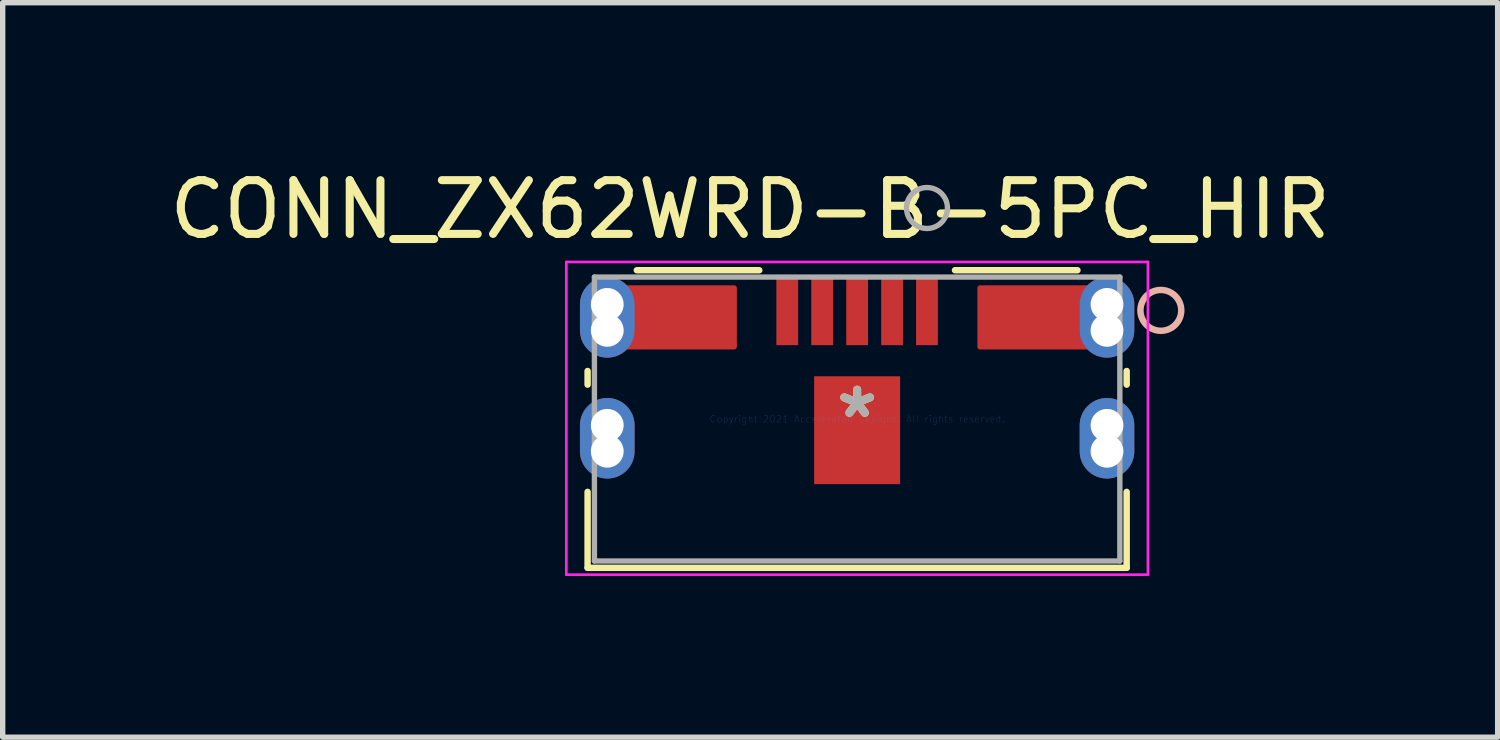
<source format=kicad_pcb>
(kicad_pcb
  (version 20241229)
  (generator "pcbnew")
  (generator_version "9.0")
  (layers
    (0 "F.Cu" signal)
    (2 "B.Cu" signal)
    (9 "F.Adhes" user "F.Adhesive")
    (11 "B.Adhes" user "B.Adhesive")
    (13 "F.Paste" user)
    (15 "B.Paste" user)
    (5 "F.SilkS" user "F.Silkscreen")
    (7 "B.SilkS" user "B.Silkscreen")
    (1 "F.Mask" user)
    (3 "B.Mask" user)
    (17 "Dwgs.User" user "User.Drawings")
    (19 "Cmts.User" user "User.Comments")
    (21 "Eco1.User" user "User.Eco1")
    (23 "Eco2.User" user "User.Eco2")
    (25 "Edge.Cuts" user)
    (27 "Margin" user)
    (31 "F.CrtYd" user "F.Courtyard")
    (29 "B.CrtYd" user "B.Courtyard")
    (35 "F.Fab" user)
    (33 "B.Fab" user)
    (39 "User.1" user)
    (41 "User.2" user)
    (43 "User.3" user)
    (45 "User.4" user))
  (footprint "CONN_ZX62WRD-B-5PC_HIR"
    (layer "F.Cu")
    (at 12.901 4.748)
    (property "Reference" "CONN_ZX62WRD-B-5PC_HIR" (at -1.99 -3.9 0) (layer "F.SilkS") (effects (font (size 1 1) (thickness 0.15))))
    (attr through_hole)
    (fp_poly (pts (xy -4.345 -2.438) (xy -2.288 -2.438) (xy -2.288 -1.345) (xy -4.345 -1.345)) (stroke (width 0.1) (type solid)) (fill yes) (layer "F.Cu"))
    (fp_poly (pts (xy 4.345 -2.438) (xy 2.288 -2.438) (xy 2.288 -1.345) (xy 4.345 -1.345)) (stroke (width 0.1) (type solid)) (fill yes) (layer "F.Cu"))
    (fp_poly (pts (xy -4.345 -2.438) (xy -2.288 -2.438) (xy -2.288 -1.345) (xy -4.345 -1.345)) (stroke (width 0.1) (type solid)) (fill yes) (layer "F.Mask"))
    (fp_poly (pts (xy 4.345 -2.438) (xy 2.288 -2.438) (xy 2.288 -1.345) (xy 4.345 -1.345)) (stroke (width 0.1) (type solid)) (fill yes) (layer "F.Mask"))
    (fp_line (start -5.016 -0.894) (end -5.016 -0.64) (stroke (width 0.12) (type solid)) (layer "F.SilkS"))
    (fp_line (start -5.016 1.356) (end -5.016 2.769) (stroke (width 0.12) (type solid)) (layer "F.SilkS"))
    (fp_line (start -5.016 2.769) (end 5.016 2.769) (stroke (width 0.12) (type solid)) (layer "F.SilkS"))
    (fp_line (start -1.821 -2.769) (end -4.1 -2.769) (stroke (width 0.12) (type solid)) (layer "F.SilkS"))
    (fp_line (start 4.1 -2.769) (end 1.821 -2.769) (stroke (width 0.12) (type solid)) (layer "F.SilkS"))
    (fp_line (start 5.016 -0.64) (end 5.016 -0.894) (stroke (width 0.12) (type solid)) (layer "F.SilkS"))
    (fp_line (start 5.016 2.769) (end 5.016 1.356) (stroke (width 0.12) (type solid)) (layer "F.SilkS"))
    (fp_circle (center 5.652 -2.022) (end 6.032 -2.022) (stroke (width 0.12) (type solid)) (fill no) (layer "B.SilkS"))
    (fp_poly (pts (xy -4.345 -2.438) (xy -2.288 -2.438) (xy -2.288 -1.345) (xy -4.345 -1.345)) (stroke (width 0.1) (type solid)) (fill yes) (layer "F.Paste"))
    (fp_poly (pts (xy 4.345 -2.438) (xy 2.288 -2.438) (xy 2.288 -1.345) (xy 4.345 -1.345)) (stroke (width 0.1) (type solid)) (fill yes) (layer "F.Paste"))
    (fp_line (start -5.412 -2.923) (end -5.412 2.896) (stroke (width 0.05) (type solid)) (layer "F.CrtYd"))
    (fp_line (start -5.412 2.896) (end 5.412 2.896) (stroke (width 0.05) (type solid)) (layer "F.CrtYd"))
    (fp_line (start 5.412 -2.923) (end -5.412 -2.923) (stroke (width 0.05) (type solid)) (layer "F.CrtYd"))
    (fp_line (start 5.412 2.896) (end 5.412 -2.923) (stroke (width 0.05) (type solid)) (layer "F.CrtYd"))
    (fp_line (start -4.889 -2.642) (end -4.889 2.642) (stroke (width 0.1) (type solid)) (layer "F.Fab"))
    (fp_line (start -4.889 2.642) (end 4.889 2.642) (stroke (width 0.1) (type solid)) (layer "F.Fab"))
    (fp_line (start 4.889 -2.642) (end -4.889 -2.642) (stroke (width 0.1) (type solid)) (layer "F.Fab"))
    (fp_line (start 4.889 2.642) (end 4.889 -2.642) (stroke (width 0.1) (type solid)) (layer "F.Fab"))
    (fp_circle (center 1.3 -3.927) (end 1.681 -3.927) (stroke (width 0.1) (type solid)) (fill no) (layer "F.Fab"))
    (fp_text user "*" (at 0 0 0) (layer "F.SilkS") (effects (font (size 1 1) (thickness 0.15))))
    (fp_text user "Copyright 2021 Accelerated Designs. All rights reserved." (at 0 0 0) (layer "Cmts.User") (effects (font (size 0.127 0.127) (thickness 0.002))))
    (fp_text user "*" (at 0 0 0) (layer "F.Fab") (effects (font (size 1 1) (thickness 0.15))))
    (pad "" np_thru_hole circle (at -4.65 -2.133) (size 0.61 0.61) (drill 0.61) (layers "*.Cu" "*.Mask"))
    (pad "" np_thru_hole circle (at -4.65 -1.65) (size 0.61 0.61) (drill 0.61) (layers "*.Cu" "*.Mask"))
    (pad "" np_thru_hole circle (at -4.65 0.117) (size 0.61 0.61) (drill 0.61) (layers "*.Cu" "*.Mask"))
    (pad "" np_thru_hole circle (at -4.65 0.6) (size 0.61 0.61) (drill 0.61) (layers "*.Cu" "*.Mask"))
    (pad "" np_thru_hole circle (at 4.65 -2.133) (size 0.61 0.61) (drill 0.61) (layers "*.Cu" "*.Mask"))
    (pad "" np_thru_hole circle (at 4.65 -1.65) (size 0.61 0.61) (drill 0.61) (layers "*.Cu" "*.Mask"))
    (pad "" np_thru_hole circle (at 4.65 0.117) (size 0.61 0.61) (drill 0.61) (layers "*.Cu" "*.Mask"))
    (pad "" np_thru_hole circle (at 4.65 0.6) (size 0.61 0.61) (drill 0.61) (layers "*.Cu" "*.Mask"))
    (pad "1" smd rect (at 1.3 -2.022) (size 0.406 1.295) (layers "F.Cu" "F.Mask" "F.Paste"))
    (pad "2" smd rect (at 0.65 -2.022) (size 0.406 1.295) (layers "F.Cu" "F.Mask" "F.Paste"))
    (pad "3" smd rect (at 0 -2.022) (size 0.406 1.295) (layers "F.Cu" "F.Mask" "F.Paste"))
    (pad "4" smd rect (at -0.65 -2.022) (size 0.406 1.295) (layers "F.Cu" "F.Mask" "F.Paste"))
    (pad "5" smd rect (at -1.3 -2.022) (size 0.406 1.295) (layers "F.Cu" "F.Mask" "F.Paste"))
    (pad "10" smd rect (at 0 0.208) (size 1.6 2.007) (layers "F.Cu" "F.Mask" "F.Paste"))
    (pad "S_2" thru_hole oval (at -4.65 -1.892 90) (size 1.499 1.016) (drill 0.025) (layers "*.Cu" "*.Mask"))
    (pad "S_3" thru_hole oval (at 4.65 -1.892 90) (size 1.499 1.016) (drill 0.025) (layers "*.Cu" "*.Mask"))
    (pad "S_4" thru_hole oval (at -4.65 0.358 90) (size 1.499 1.016) (drill 0.025) (layers "*.Cu" "*.Mask"))
    (pad "S_5" thru_hole oval (at 4.65 0.358 90) (size 1.499 1.016) (drill 0.025) (layers "*.Cu" "*.Mask")))
  (gr_rect
    (start -3 -3)
    (end 24.821 10.669)
    (stroke (width 0.1) (type default))
    (fill no)
    (layer "Edge.Cuts")))
</source>
